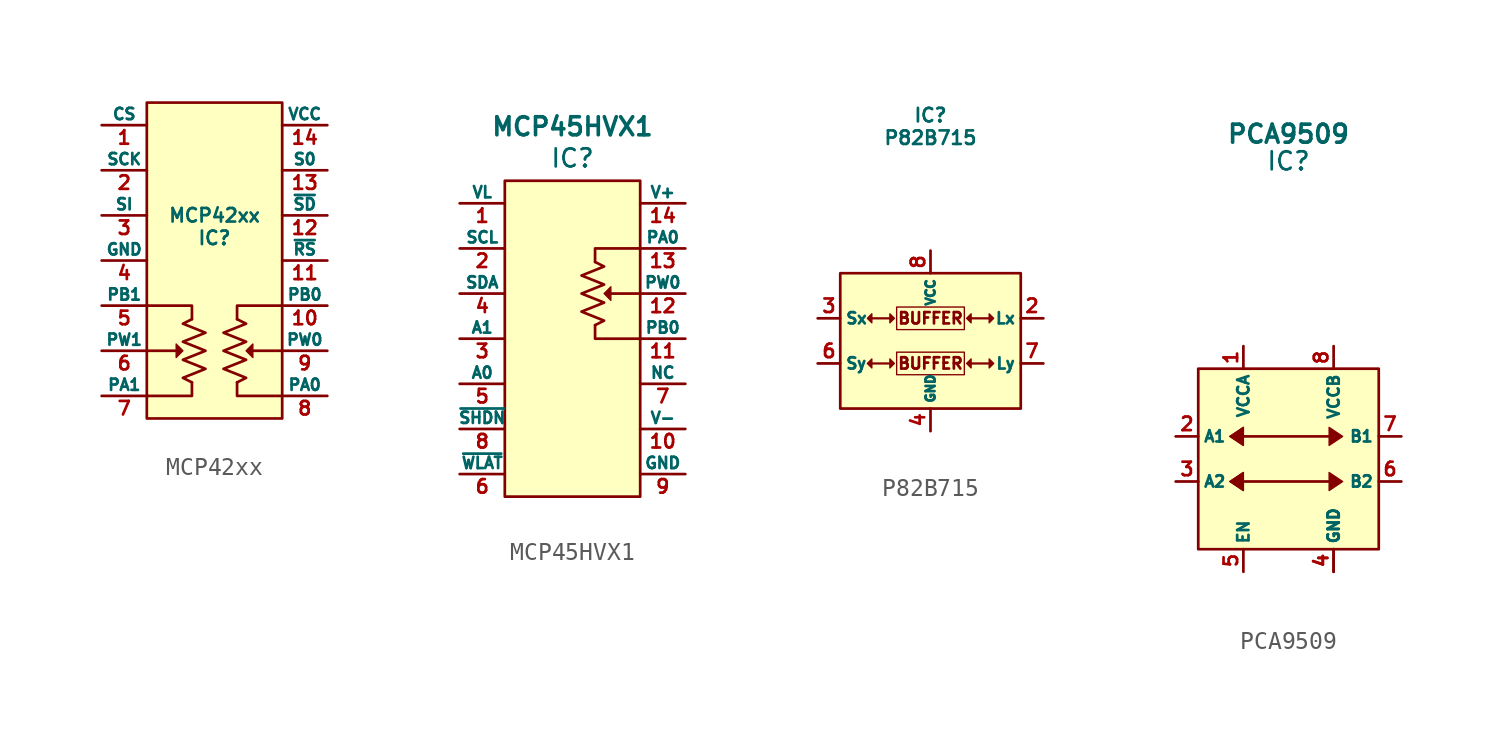
<source format=kicad_sym>
(kicad_symbol_lib
  (version 20231120)
  (generator "kicad_symbol_editor")
  (generator_version "8.0")
  (symbol "MCP42xx"
    (pin_names
      (offset 0))
    (property "Reference" "IC"
      (at 0 6.35 0)
      (effects (font (size 0.762 0.762))))
    (property "Value" "MCP42xx"
      (at 0 7.62 0)
      (effects (font (size 0.762 0.762))))
    (symbol "MCP42xx_0_1"
      (rectangle (start -3.81 13.97) (end 3.81 -3.81) (stroke (width 0) (type solid)) (fill (type background)))
      (polyline (pts (xy -3.81 0) (xy -2.032 0)) (stroke (width 0) (type solid)) (fill (type none)))
      (polyline (pts (xy 3.81 0) (xy 2.032 0)) (stroke (width 0) (type solid)) (fill (type none)))
      (polyline (pts (xy -3.81 -2.54) (xy -1.27 -2.54) (xy -1.27 -1.778)) (stroke (width 0) (type solid)) (fill (type none)))
      (polyline (pts (xy -3.81 2.54) (xy -1.27 2.54) (xy -1.27 1.778)) (stroke (width 0) (type solid)) (fill (type none)))
      (polyline (pts (xy 1.27 -1.778) (xy 1.27 -2.54) (xy 3.81 -2.54)) (stroke (width 0) (type solid)) (fill (type none)))
      (polyline (pts (xy 3.81 2.54) (xy 1.27 2.54) (xy 1.27 1.778)) (stroke (width 0) (type solid)) (fill (type none)))
      (polyline (pts (xy -1.778 0) (xy -2.159 -0.381) (xy -2.159 0.381) (xy -1.778 0)) (stroke (width 0.076) (type solid)) (fill (type outline)))
      (polyline (pts (xy 1.778 0) (xy 2.159 -0.381) (xy 2.159 0.381) (xy 1.778 0)) (stroke (width 0.076) (type solid)) (fill (type outline)))
      (polyline (pts (xy -1.27 1.778) (xy -1.778 1.524) (xy -0.508 1.016) (xy -1.778 0.508) (xy -0.508 0) (xy -1.778 -0.508) (xy -0.508 -1.016) (xy -1.778 -1.524) (xy -1.27 -1.778)) (stroke (width 0) (type solid)) (fill (type none)))
      (polyline (pts (xy 1.27 1.778) (xy 1.778 1.524) (xy 0.508 1.016) (xy 1.778 0.508) (xy 0.508 0) (xy 1.778 -0.508) (xy 0.508 -1.016) (xy 1.778 -1.524) (xy 1.27 -1.778)) (stroke (width 0) (type solid)) (fill (type none))))
    (symbol "MCP42xx_1_1"
      (pin passive line (at -6.35 12.7 0) (length 2.54) (name "CS" (effects (font (size 0.635 0.635)))) (number "1" (effects (font (size 0.762 0.762)))))
      (pin passive line (at 6.35 2.54 180) (length 2.54) (name "PB0" (effects (font (size 0.635 0.635)))) (number "10" (effects (font (size 0.762 0.762)))))
      (pin passive line (at 6.35 5.08 180) (length 2.54) (name "~{RS}" (effects (font (size 0.635 0.635)))) (number "11" (effects (font (size 0.762 0.762)))))
      (pin passive line (at 6.35 7.62 180) (length 2.54) (name "~{SD}" (effects (font (size 0.635 0.635)))) (number "12" (effects (font (size 0.762 0.762)))))
      (pin passive line (at 6.35 10.16 180) (length 2.54) (name "S0" (effects (font (size 0.635 0.635)))) (number "13" (effects (font (size 0.762 0.762)))))
      (pin passive line (at 6.35 12.7 180) (length 2.54) (name "VCC" (effects (font (size 0.635 0.635)))) (number "14" (effects (font (size 0.762 0.762)))))
      (pin passive line (at -6.35 10.16 0) (length 2.54) (name "SCK" (effects (font (size 0.635 0.635)))) (number "2" (effects (font (size 0.762 0.762)))))
      (pin passive line (at -6.35 7.62 0) (length 2.54) (name "SI" (effects (font (size 0.635 0.635)))) (number "3" (effects (font (size 0.762 0.762)))))
      (pin passive line (at -6.35 5.08 0) (length 2.54) (name "GND" (effects (font (size 0.635 0.635)))) (number "4" (effects (font (size 0.762 0.762)))))
      (pin passive line (at -6.35 2.54 0) (length 2.54) (name "PB1" (effects (font (size 0.635 0.635)))) (number "5" (effects (font (size 0.762 0.762)))))
      (pin passive line (at -6.35 0 0) (length 2.54) (name "PW1" (effects (font (size 0.635 0.635)))) (number "6" (effects (font (size 0.762 0.762)))))
      (pin passive line (at -6.35 -2.54 0) (length 2.54) (name "PA1" (effects (font (size 0.635 0.635)))) (number "7" (effects (font (size 0.762 0.762)))))
      (pin passive line (at 6.35 -2.54 180) (length 2.54) (name "PA0" (effects (font (size 0.635 0.635)))) (number "8" (effects (font (size 0.762 0.762)))))
      (pin passive line (at 6.35 0 180) (length 2.54) (name "PW0" (effects (font (size 0.635 0.635)))) (number "9" (effects (font (size 0.762 0.762)))))))
  (symbol "MCP45HVX1"
    (pin_names
      (offset 0))
    (property "Reference" "IC"
      (at 0 15.24 0)
      (effects (font (size 1.016 1.016))))
    (property "Value" "MCP45HVX1"
      (at 0 17.018 0)
      (effects (font (size 1.016 1.016) (bold yes))))
    (symbol "MCP45HVX1_0_1"
      (rectangle (start -3.81 13.97) (end 3.81 -3.81) (stroke (width 0) (type solid)) (fill (type background)))
      (polyline (pts (xy 3.81 7.62) (xy 2.032 7.62)) (stroke (width 0) (type solid)) (fill (type none)))
      (polyline (pts (xy 1.27 5.842) (xy 1.27 5.08) (xy 3.81 5.08)) (stroke (width 0) (type solid)) (fill (type none)))
      (polyline (pts (xy 3.81 10.16) (xy 1.27 10.16) (xy 1.27 9.398)) (stroke (width 0) (type solid)) (fill (type none)))
      (polyline (pts (xy 1.778 7.62) (xy 2.159 7.239) (xy 2.159 8.001) (xy 1.778 7.62)) (stroke (width 0.076) (type solid)) (fill (type outline)))
      (polyline (pts (xy 1.27 9.398) (xy 1.778 9.144) (xy 0.508 8.636) (xy 1.778 8.128) (xy 0.508 7.62) (xy 1.778 7.112) (xy 0.508 6.604) (xy 1.778 6.096) (xy 1.27 5.842)) (stroke (width 0) (type solid)) (fill (type none))))
    (symbol "MCP45HVX1_1_1"
      (pin passive line (at -6.35 12.7 0) (length 2.54) (name "VL" (effects (font (size 0.635 0.635)))) (number "1" (effects (font (size 0.762 0.762)))))
      (pin passive line (at 6.35 0 180) (length 2.54) (name "V-" (effects (font (size 0.635 0.635)))) (number "10" (effects (font (size 0.762 0.762)))))
      (pin passive line (at 6.35 5.08 180) (length 2.54) (name "PB0" (effects (font (size 0.635 0.635)))) (number "11" (effects (font (size 0.762 0.762)))))
      (pin passive line (at 6.35 7.62 180) (length 2.54) (name "PW0" (effects (font (size 0.635 0.635)))) (number "12" (effects (font (size 0.762 0.762)))))
      (pin passive line (at 6.35 10.16 180) (length 2.54) (name "PA0" (effects (font (size 0.635 0.635)))) (number "13" (effects (font (size 0.762 0.762)))))
      (pin passive line (at 6.35 12.7 180) (length 2.54) (name "V+" (effects (font (size 0.635 0.635)))) (number "14" (effects (font (size 0.762 0.762)))))
      (pin passive line (at -6.35 10.16 0) (length 2.54) (name "SCL" (effects (font (size 0.635 0.635)))) (number "2" (effects (font (size 0.762 0.762)))))
      (pin passive line (at -6.35 5.08 0) (length 2.54) (name "A1" (effects (font (size 0.635 0.635)))) (number "3" (effects (font (size 0.762 0.762)))))
      (pin passive line (at -6.35 7.62 0) (length 2.54) (name "SDA" (effects (font (size 0.635 0.635)))) (number "4" (effects (font (size 0.762 0.762)))))
      (pin passive line (at -6.35 2.54 0) (length 2.54) (name "A0" (effects (font (size 0.635 0.635)))) (number "5" (effects (font (size 0.762 0.762)))))
      (pin passive line (at -6.35 -2.54 0) (length 2.54) (name "~{WLAT}" (effects (font (size 0.635 0.635)))) (number "6" (effects (font (size 0.762 0.762)))))
      (pin passive line (at 6.35 2.54 180) (length 2.54) (name "NC" (effects (font (size 0.635 0.635)))) (number "7" (effects (font (size 0.762 0.762)))))
      (pin passive line (at -6.35 0 0) (length 2.54) (name "~{SHDN}" (effects (font (size 0.635 0.635)))) (number "8" (effects (font (size 0.762 0.762)))))
      (pin passive line (at 6.35 -2.54 180) (length 2.54) (name "GND" (effects (font (size 0.635 0.635)))) (number "9" (effects (font (size 0.762 0.762)))))))
  (symbol "P82B715"
    (pin_names
      (offset 0.254))
    (property "Reference" "IC"
      (at 0 12.7 0)
      (effects (font (size 0.762 0.762))))
    (property "Value" "P82B715"
      (at 0 11.43 0)
      (effects (font (size 0.762 0.762) (bold yes))))
    (symbol "P82B715_0_0"
      (polyline (pts (xy -3.302 -1.27) (xy -2.286 -1.27)) (stroke (width 0.127) (type solid)) (fill (type none)))
      (polyline (pts (xy -3.302 1.27) (xy -2.286 1.27)) (stroke (width 0.127) (type solid)) (fill (type none)))
      (polyline (pts (xy 2.286 -1.27) (xy 3.302 -1.27)) (stroke (width 0.127) (type solid)) (fill (type none)))
      (polyline (pts (xy 2.286 1.27) (xy 3.302 1.27)) (stroke (width 0.127) (type solid)) (fill (type none)))
      (polyline (pts (xy -3.302 -1.016) (xy -3.302 -1.524) (xy -3.556 -1.27) (xy -3.302 -1.016)) (stroke (width 0.076) (type solid)) (fill (type outline)))
      (polyline (pts (xy -3.302 1.524) (xy -3.302 1.016) (xy -3.556 1.27) (xy -3.302 1.524)) (stroke (width 0.076) (type solid)) (fill (type outline)))
      (polyline (pts (xy -2.286 -1.016) (xy -2.032 -1.27) (xy -2.286 -1.524) (xy -2.286 -1.016)) (stroke (width 0.076) (type solid)) (fill (type outline)))
      (polyline (pts (xy -2.286 1.524) (xy -2.032 1.27) (xy -2.286 1.016) (xy -2.286 1.524)) (stroke (width 0.076) (type solid)) (fill (type outline)))
      (polyline (pts (xy 2.286 -1.016) (xy 2.286 -1.524) (xy 2.032 -1.27) (xy 2.286 -1.016)) (stroke (width 0.076) (type solid)) (fill (type outline)))
      (polyline (pts (xy 2.286 1.524) (xy 2.286 1.016) (xy 2.032 1.27) (xy 2.286 1.524)) (stroke (width 0.076) (type solid)) (fill (type outline)))
      (polyline (pts (xy 3.302 -1.016) (xy 3.556 -1.27) (xy 3.302 -1.524) (xy 3.302 -1.016)) (stroke (width 0.076) (type solid)) (fill (type outline)))
      (polyline (pts (xy 3.302 1.524) (xy 3.556 1.27) (xy 3.302 1.016) (xy 3.302 1.524)) (stroke (width 0.076) (type solid)) (fill (type outline)))
      (text "BUFFER" (at 0 -1.27 0) (effects (font (size 0.635 0.635))))
      (text "BUFFER" (at 0 1.27 0) (effects (font (size 0.635 0.635)))))
    (symbol "P82B715_0_1"
      (rectangle (start -5.08 3.81) (end 5.08 -3.81) (stroke (width 0) (type solid)) (fill (type background)))
      (polyline (pts (xy 1.905 -1.905) (xy 1.905 -0.635) (xy -1.905 -0.635) (xy -1.905 -1.905) (xy 1.905 -1.905)) (stroke (width 0.076) (type solid)) (fill (type none)))
      (polyline (pts (xy 1.905 0.635) (xy 1.905 1.905) (xy -1.905 1.905) (xy -1.905 0.635) (xy 1.905 0.635)) (stroke (width 0.076) (type solid)) (fill (type none))))
    (symbol "P82B715_1_1"
      (pin bidirectional line (at 6.35 1.27 180) (length 1.27) (name "Lx" (effects (font (size 0.635 0.635)))) (number "2" (effects (font (size 0.762 0.762)))))
      (pin bidirectional line (at -6.35 1.27 0) (length 1.27) (name "Sx" (effects (font (size 0.635 0.635)))) (number "3" (effects (font (size 0.762 0.762)))))
      (pin power_in line (at 0 -5.08 90) (length 1.27) (name "GND" (effects (font (size 0.508 0.508)))) (number "4" (effects (font (size 0.762 0.762)))))
      (pin bidirectional line (at -6.35 -1.27 0) (length 1.27) (name "Sy" (effects (font (size 0.635 0.635)))) (number "6" (effects (font (size 0.762 0.762)))))
      (pin bidirectional line (at 6.35 -1.27 180) (length 1.27) (name "Ly" (effects (font (size 0.635 0.635)))) (number "7" (effects (font (size 0.762 0.762)))))
      (pin power_in line (at 0 5.08 270) (length 1.27) (name "VCC" (effects (font (size 0.508 0.508)))) (number "8" (effects (font (size 0.762 0.762)))))))
  (symbol "PCA9509"
    (pin_names
      (offset 0.254))
    (property "Reference" "IC"
      (at 0 16.764 0)
      (effects (font (size 1.016 1.016))))
    (property "Value" "PCA9509"
      (at 0 18.288 0)
      (effects (font (size 1.016 1.016) (bold yes))))
    (symbol "PCA9509_0_0"
      (polyline (pts (xy -2.54 -0.762) (xy -2.54 -1.778) (xy -3.302 -1.27) (xy -2.54 -0.762)) (stroke (width 0.076) (type solid)) (fill (type outline)))
      (polyline (pts (xy -2.54 -0.762) (xy -2.54 -1.778) (xy -3.302 -1.27) (xy -2.54 -0.762)) (stroke (width 0.076) (type solid)) (fill (type outline)))
      (polyline (pts (xy -2.54 1.778) (xy -2.54 0.762) (xy -3.302 1.27) (xy -2.54 1.778)) (stroke (width 0.076) (type solid)) (fill (type outline)))
      (polyline (pts (xy -2.54 1.778) (xy -2.54 0.762) (xy -3.302 1.27) (xy -2.54 1.778)) (stroke (width 0.076) (type solid)) (fill (type outline))))
    (symbol "PCA9509_0_1"
      (rectangle (start -5.08 5.08) (end 5.08 -5.08) (stroke (width 0) (type solid)) (fill (type background))))
    (symbol "PCA9509_1_1"
      (polyline (pts (xy 2.286 -1.27) (xy -2.54 -1.27)) (stroke (width 0) (type solid)) (fill (type none)))
      (polyline (pts (xy 2.286 1.27) (xy -2.54 1.27)) (stroke (width 0) (type solid)) (fill (type none)))
      (polyline (pts (xy 2.286 -1.778) (xy 2.286 -0.762) (xy 3.048 -1.27) (xy 2.286 -1.778)) (stroke (width 0.076) (type solid)) (fill (type outline)))
      (polyline (pts (xy 2.286 0.762) (xy 2.286 1.778) (xy 3.048 1.27) (xy 2.286 0.762)) (stroke (width 0.076) (type solid)) (fill (type outline)))
      (pin power_in line (at -2.54 6.35 270) (length 1.27) (name "VCCA" (effects (font (size 0.635 0.635)))) (number "1" (effects (font (size 0.762 0.762)))))
      (pin bidirectional line (at -6.35 1.27 0) (length 1.27) (name "A1" (effects (font (size 0.635 0.635)))) (number "2" (effects (font (size 0.762 0.762)))))
      (pin bidirectional line (at -6.35 -1.27 0) (length 1.27) (name "A2" (effects (font (size 0.635 0.635)))) (number "3" (effects (font (size 0.762 0.762)))))
      (pin power_in line (at 2.54 -6.35 90) (length 1.27) (name "GND" (effects (font (size 0.635 0.635)))) (number "4" (effects (font (size 0.762 0.762)))))
      (pin power_in line (at 2.54 -6.35 90) (length 1.27) (name "GND" (effects (font (size 0.635 0.635)))) (number "4" (effects (font (size 0.762 0.762)))))
      (pin input line (at -2.54 -6.35 90) (length 1.27) (name "EN" (effects (font (size 0.635 0.635)))) (number "5" (effects (font (size 0.762 0.762)))))
      (pin bidirectional line (at 6.35 -1.27 180) (length 1.27) (name "B2" (effects (font (size 0.635 0.635)))) (number "6" (effects (font (size 0.762 0.762)))))
      (pin bidirectional line (at 6.35 1.27 180) (length 1.27) (name "B1" (effects (font (size 0.635 0.635)))) (number "7" (effects (font (size 0.762 0.762)))))
      (pin power_in line (at 2.54 6.35 270) (length 1.27) (name "VCCB" (effects (font (size 0.635 0.635)))) (number "8" (effects (font (size 0.762 0.762))))))))
</source>
